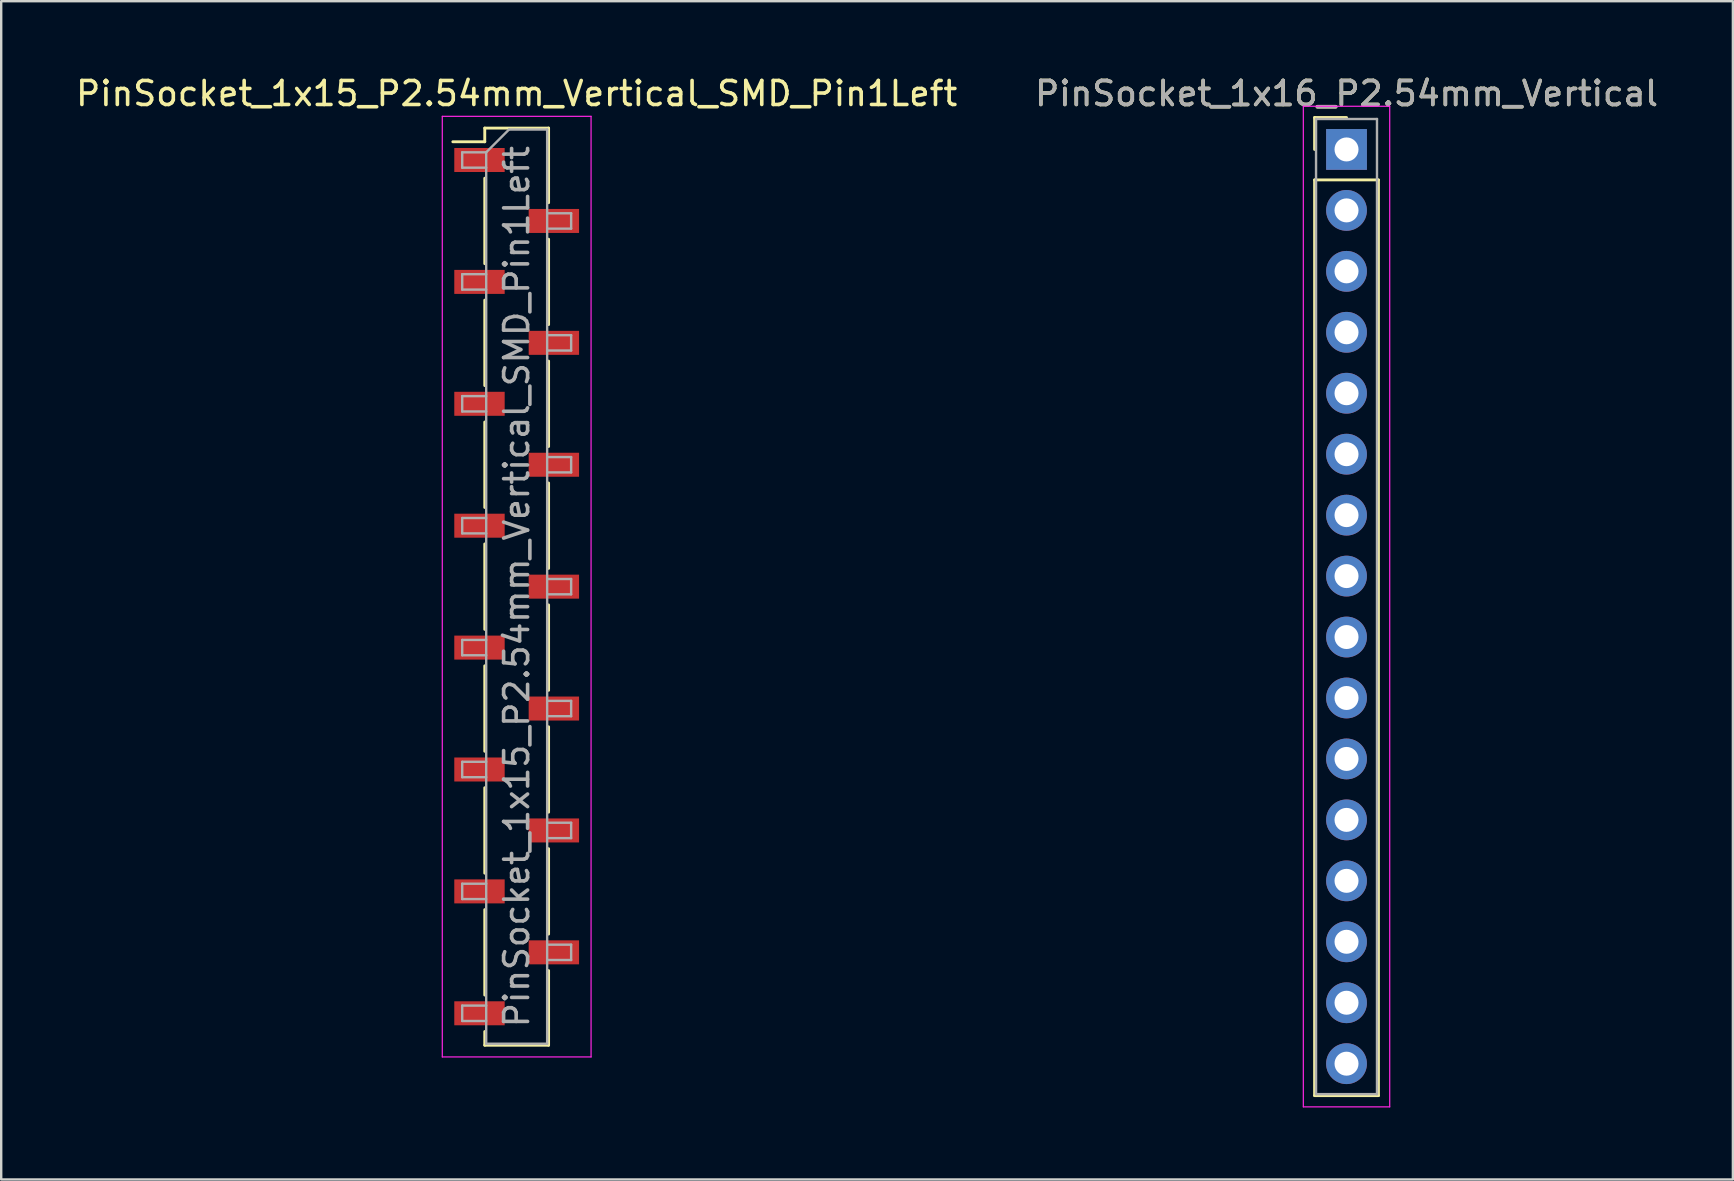
<source format=kicad_pcb>
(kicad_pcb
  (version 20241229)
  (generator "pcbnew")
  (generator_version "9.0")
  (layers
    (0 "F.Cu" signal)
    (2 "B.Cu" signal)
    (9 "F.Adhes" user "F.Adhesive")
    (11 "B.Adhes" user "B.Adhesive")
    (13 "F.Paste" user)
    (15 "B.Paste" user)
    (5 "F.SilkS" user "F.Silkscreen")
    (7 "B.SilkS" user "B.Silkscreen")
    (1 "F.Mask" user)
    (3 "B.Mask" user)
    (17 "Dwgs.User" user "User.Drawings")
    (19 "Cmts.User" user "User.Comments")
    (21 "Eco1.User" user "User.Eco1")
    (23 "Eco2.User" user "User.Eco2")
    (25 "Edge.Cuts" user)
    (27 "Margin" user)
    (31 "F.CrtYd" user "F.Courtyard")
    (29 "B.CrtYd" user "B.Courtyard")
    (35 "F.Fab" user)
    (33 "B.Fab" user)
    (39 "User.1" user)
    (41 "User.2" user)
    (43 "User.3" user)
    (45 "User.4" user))
  (footprint "PinSocket_1x15_P2.54mm_Vertical_SMD_Pin1Left"
    (layer "F.Cu")
    (at 18.482 21.398)
    (property "Reference" "PinSocket_1x15_P2.54mm_Vertical_SMD_Pin1Left" (at 0 -20.55 0) (layer "F.SilkS") (effects (font (size 1 1) (thickness 0.15))))
    (attr smd)
    (fp_line (start -2.66 -18.54) (end -1.33 -18.54) (stroke (width 0.12) (type solid)) (layer "F.SilkS"))
    (fp_line (start -1.33 -19.11) (end 1.33 -19.11) (stroke (width 0.12) (type solid)) (layer "F.SilkS"))
    (fp_line (start -1.33 -18.54) (end -1.33 -19.11) (stroke (width 0.12) (type solid)) (layer "F.SilkS"))
    (fp_line (start -1.33 -17.02) (end -1.33 -13.46) (stroke (width 0.12) (type solid)) (layer "F.SilkS"))
    (fp_line (start -1.33 -11.94) (end -1.33 -8.38) (stroke (width 0.12) (type solid)) (layer "F.SilkS"))
    (fp_line (start -1.33 -6.86) (end -1.33 -3.3) (stroke (width 0.12) (type solid)) (layer "F.SilkS"))
    (fp_line (start -1.33 -1.78) (end -1.33 1.78) (stroke (width 0.12) (type solid)) (layer "F.SilkS"))
    (fp_line (start -1.33 3.3) (end -1.33 6.86) (stroke (width 0.12) (type solid)) (layer "F.SilkS"))
    (fp_line (start -1.33 8.38) (end -1.33 11.94) (stroke (width 0.12) (type solid)) (layer "F.SilkS"))
    (fp_line (start -1.33 13.46) (end -1.33 17.02) (stroke (width 0.12) (type solid)) (layer "F.SilkS"))
    (fp_line (start -1.33 19.11) (end -1.33 18.54) (stroke (width 0.12) (type solid)) (layer "F.SilkS"))
    (fp_line (start 1.33 -19.11) (end 1.33 -16) (stroke (width 0.12) (type solid)) (layer "F.SilkS"))
    (fp_line (start 1.33 -14.48) (end 1.33 -10.92) (stroke (width 0.12) (type solid)) (layer "F.SilkS"))
    (fp_line (start 1.33 -9.4) (end 1.33 -5.84) (stroke (width 0.12) (type solid)) (layer "F.SilkS"))
    (fp_line (start 1.33 -4.32) (end 1.33 -0.76) (stroke (width 0.12) (type solid)) (layer "F.SilkS"))
    (fp_line (start 1.33 0.76) (end 1.33 4.32) (stroke (width 0.12) (type solid)) (layer "F.SilkS"))
    (fp_line (start 1.33 5.84) (end 1.33 9.4) (stroke (width 0.12) (type solid)) (layer "F.SilkS"))
    (fp_line (start 1.33 10.92) (end 1.33 14.48) (stroke (width 0.12) (type solid)) (layer "F.SilkS"))
    (fp_line (start 1.33 16) (end 1.33 19.11) (stroke (width 0.12) (type solid)) (layer "F.SilkS"))
    (fp_line (start 1.33 19.11) (end -1.33 19.11) (stroke (width 0.12) (type solid)) (layer "F.SilkS"))
    (fp_line (start -3.1 -19.6) (end 3.1 -19.6) (stroke (width 0.05) (type solid)) (layer "F.CrtYd"))
    (fp_line (start -3.1 19.6) (end -3.1 -19.6) (stroke (width 0.05) (type solid)) (layer "F.CrtYd"))
    (fp_line (start 3.1 -19.6) (end 3.1 19.6) (stroke (width 0.05) (type solid)) (layer "F.CrtYd"))
    (fp_line (start 3.1 19.6) (end -3.1 19.6) (stroke (width 0.05) (type solid)) (layer "F.CrtYd"))
    (fp_line (start -2.27 -18.1) (end -1.27 -18.1) (stroke (width 0.1) (type solid)) (layer "F.Fab"))
    (fp_line (start -2.27 -17.46) (end -2.27 -18.1) (stroke (width 0.1) (type solid)) (layer "F.Fab"))
    (fp_line (start -2.27 -13.02) (end -1.27 -13.02) (stroke (width 0.1) (type solid)) (layer "F.Fab"))
    (fp_line (start -2.27 -12.38) (end -2.27 -13.02) (stroke (width 0.1) (type solid)) (layer "F.Fab"))
    (fp_line (start -2.27 -7.94) (end -1.27 -7.94) (stroke (width 0.1) (type solid)) (layer "F.Fab"))
    (fp_line (start -2.27 -7.3) (end -2.27 -7.94) (stroke (width 0.1) (type solid)) (layer "F.Fab"))
    (fp_line (start -2.27 -2.86) (end -1.27 -2.86) (stroke (width 0.1) (type solid)) (layer "F.Fab"))
    (fp_line (start -2.27 -2.22) (end -2.27 -2.86) (stroke (width 0.1) (type solid)) (layer "F.Fab"))
    (fp_line (start -2.27 2.22) (end -1.27 2.22) (stroke (width 0.1) (type solid)) (layer "F.Fab"))
    (fp_line (start -2.27 2.86) (end -2.27 2.22) (stroke (width 0.1) (type solid)) (layer "F.Fab"))
    (fp_line (start -2.27 7.3) (end -1.27 7.3) (stroke (width 0.1) (type solid)) (layer "F.Fab"))
    (fp_line (start -2.27 7.94) (end -2.27 7.3) (stroke (width 0.1) (type solid)) (layer "F.Fab"))
    (fp_line (start -2.27 12.38) (end -1.27 12.38) (stroke (width 0.1) (type solid)) (layer "F.Fab"))
    (fp_line (start -2.27 13.02) (end -2.27 12.38) (stroke (width 0.1) (type solid)) (layer "F.Fab"))
    (fp_line (start -2.27 17.46) (end -1.27 17.46) (stroke (width 0.1) (type solid)) (layer "F.Fab"))
    (fp_line (start -2.27 18.1) (end -2.27 17.46) (stroke (width 0.1) (type solid)) (layer "F.Fab"))
    (fp_line (start -1.27 -18.1) (end -0.32 -19.05) (stroke (width 0.1) (type solid)) (layer "F.Fab"))
    (fp_line (start -1.27 -17.46) (end -2.27 -17.46) (stroke (width 0.1) (type solid)) (layer "F.Fab"))
    (fp_line (start -1.27 -12.38) (end -2.27 -12.38) (stroke (width 0.1) (type solid)) (layer "F.Fab"))
    (fp_line (start -1.27 -7.3) (end -2.27 -7.3) (stroke (width 0.1) (type solid)) (layer "F.Fab"))
    (fp_line (start -1.27 -2.22) (end -2.27 -2.22) (stroke (width 0.1) (type solid)) (layer "F.Fab"))
    (fp_line (start -1.27 2.86) (end -2.27 2.86) (stroke (width 0.1) (type solid)) (layer "F.Fab"))
    (fp_line (start -1.27 7.94) (end -2.27 7.94) (stroke (width 0.1) (type solid)) (layer "F.Fab"))
    (fp_line (start -1.27 13.02) (end -2.27 13.02) (stroke (width 0.1) (type solid)) (layer "F.Fab"))
    (fp_line (start -1.27 18.1) (end -2.27 18.1) (stroke (width 0.1) (type solid)) (layer "F.Fab"))
    (fp_line (start -1.27 19.05) (end -1.27 -18.1) (stroke (width 0.1) (type solid)) (layer "F.Fab"))
    (fp_line (start -0.32 -19.05) (end 1.27 -19.05) (stroke (width 0.1) (type solid)) (layer "F.Fab"))
    (fp_line (start 1.27 -19.05) (end 1.27 19.05) (stroke (width 0.1) (type solid)) (layer "F.Fab"))
    (fp_line (start 1.27 -15.56) (end 2.27 -15.56) (stroke (width 0.1) (type solid)) (layer "F.Fab"))
    (fp_line (start 1.27 -10.48) (end 2.27 -10.48) (stroke (width 0.1) (type solid)) (layer "F.Fab"))
    (fp_line (start 1.27 -5.4) (end 2.27 -5.4) (stroke (width 0.1) (type solid)) (layer "F.Fab"))
    (fp_line (start 1.27 -0.32) (end 2.27 -0.32) (stroke (width 0.1) (type solid)) (layer "F.Fab"))
    (fp_line (start 1.27 4.76) (end 2.27 4.76) (stroke (width 0.1) (type solid)) (layer "F.Fab"))
    (fp_line (start 1.27 9.84) (end 2.27 9.84) (stroke (width 0.1) (type solid)) (layer "F.Fab"))
    (fp_line (start 1.27 14.92) (end 2.27 14.92) (stroke (width 0.1) (type solid)) (layer "F.Fab"))
    (fp_line (start 1.27 19.05) (end -1.27 19.05) (stroke (width 0.1) (type solid)) (layer "F.Fab"))
    (fp_line (start 2.27 -15.56) (end 2.27 -14.92) (stroke (width 0.1) (type solid)) (layer "F.Fab"))
    (fp_line (start 2.27 -14.92) (end 1.27 -14.92) (stroke (width 0.1) (type solid)) (layer "F.Fab"))
    (fp_line (start 2.27 -10.48) (end 2.27 -9.84) (stroke (width 0.1) (type solid)) (layer "F.Fab"))
    (fp_line (start 2.27 -9.84) (end 1.27 -9.84) (stroke (width 0.1) (type solid)) (layer "F.Fab"))
    (fp_line (start 2.27 -5.4) (end 2.27 -4.76) (stroke (width 0.1) (type solid)) (layer "F.Fab"))
    (fp_line (start 2.27 -4.76) (end 1.27 -4.76) (stroke (width 0.1) (type solid)) (layer "F.Fab"))
    (fp_line (start 2.27 -0.32) (end 2.27 0.32) (stroke (width 0.1) (type solid)) (layer "F.Fab"))
    (fp_line (start 2.27 0.32) (end 1.27 0.32) (stroke (width 0.1) (type solid)) (layer "F.Fab"))
    (fp_line (start 2.27 4.76) (end 2.27 5.4) (stroke (width 0.1) (type solid)) (layer "F.Fab"))
    (fp_line (start 2.27 5.4) (end 1.27 5.4) (stroke (width 0.1) (type solid)) (layer "F.Fab"))
    (fp_line (start 2.27 9.84) (end 2.27 10.48) (stroke (width 0.1) (type solid)) (layer "F.Fab"))
    (fp_line (start 2.27 10.48) (end 1.27 10.48) (stroke (width 0.1) (type solid)) (layer "F.Fab"))
    (fp_line (start 2.27 14.92) (end 2.27 15.56) (stroke (width 0.1) (type solid)) (layer "F.Fab"))
    (fp_line (start 2.27 15.56) (end 1.27 15.56) (stroke (width 0.1) (type solid)) (layer "F.Fab"))
    (fp_text user "${REFERENCE}" (at 0 0 90) (layer "F.Fab") (effects (font (size 1 1) (thickness 0.15))))
    (pad "1" smd rect (at -1.55 -17.78) (size 2.1 1) (layers "F.Cu" "F.Mask" "F.Paste"))
    (pad "2" smd rect (at 1.55 -15.24) (size 2.1 1) (layers "F.Cu" "F.Mask" "F.Paste"))
    (pad "3" smd rect (at -1.55 -12.7) (size 2.1 1) (layers "F.Cu" "F.Mask" "F.Paste"))
    (pad "4" smd rect (at 1.55 -10.16) (size 2.1 1) (layers "F.Cu" "F.Mask" "F.Paste"))
    (pad "5" smd rect (at -1.55 -7.62) (size 2.1 1) (layers "F.Cu" "F.Mask" "F.Paste"))
    (pad "6" smd rect (at 1.55 -5.08) (size 2.1 1) (layers "F.Cu" "F.Mask" "F.Paste"))
    (pad "7" smd rect (at -1.55 -2.54) (size 2.1 1) (layers "F.Cu" "F.Mask" "F.Paste"))
    (pad "8" smd rect (at 1.55 0) (size 2.1 1) (layers "F.Cu" "F.Mask" "F.Paste"))
    (pad "9" smd rect (at -1.55 2.54) (size 2.1 1) (layers "F.Cu" "F.Mask" "F.Paste"))
    (pad "10" smd rect (at 1.55 5.08) (size 2.1 1) (layers "F.Cu" "F.Mask" "F.Paste"))
    (pad "11" smd rect (at -1.55 7.62) (size 2.1 1) (layers "F.Cu" "F.Mask" "F.Paste"))
    (pad "12" smd rect (at 1.55 10.16) (size 2.1 1) (layers "F.Cu" "F.Mask" "F.Paste"))
    (pad "13" smd rect (at -1.55 12.7) (size 2.1 1) (layers "F.Cu" "F.Mask" "F.Paste"))
    (pad "14" smd rect (at 1.55 15.24) (size 2.1 1) (layers "F.Cu" "F.Mask" "F.Paste"))
    (pad "15" smd rect (at -1.55 17.78) (size 2.1 1) (layers "F.Cu" "F.Mask" "F.Paste")))
  (footprint "PinSocket_1x16_P2.54mm_Vertical"
    (layer "F.Cu")
    (at 53.065 3.178)
    (property "Reference" "PinSocket_1x16_P2.54mm_Vertical" (at 0 -2.33 0) (layer "F.SilkS") (effects (font (size 1 1) (thickness 0.15))))
    (attr through_hole)
    (fp_line (start -1.33 -1.33) (end 0 -1.33) (stroke (width 0.12) (type solid)) (layer "F.SilkS"))
    (fp_line (start -1.33 0) (end -1.33 -1.33) (stroke (width 0.12) (type solid)) (layer "F.SilkS"))
    (fp_line (start -1.33 1.27) (end -1.33 39.43) (stroke (width 0.12) (type solid)) (layer "F.SilkS"))
    (fp_line (start -1.33 39.43) (end 1.33 39.43) (stroke (width 0.12) (type solid)) (layer "F.SilkS"))
    (fp_line (start 1.33 1.27) (end -1.33 1.27) (stroke (width 0.12) (type solid)) (layer "F.SilkS"))
    (fp_line (start 1.33 39.43) (end 1.33 1.27) (stroke (width 0.12) (type solid)) (layer "F.SilkS"))
    (fp_line (start -1.8 -1.8) (end -1.8 39.9) (stroke (width 0.05) (type solid)) (layer "F.CrtYd"))
    (fp_line (start -1.8 39.9) (end 1.8 39.9) (stroke (width 0.05) (type solid)) (layer "F.CrtYd"))
    (fp_line (start 1.8 -1.8) (end -1.8 -1.8) (stroke (width 0.05) (type solid)) (layer "F.CrtYd"))
    (fp_line (start 1.8 39.9) (end 1.8 -1.8) (stroke (width 0.05) (type solid)) (layer "F.CrtYd"))
    (fp_line (start -1.27 -1.27) (end -1.27 39.37) (stroke (width 0.1) (type solid)) (layer "F.Fab"))
    (fp_line (start -1.27 39.37) (end 1.27 39.37) (stroke (width 0.1) (type solid)) (layer "F.Fab"))
    (fp_line (start 1.27 -1.27) (end -1.27 -1.27) (stroke (width 0.1) (type solid)) (layer "F.Fab"))
    (fp_line (start 1.27 39.37) (end 1.27 -1.27) (stroke (width 0.1) (type solid)) (layer "F.Fab"))
    (fp_text user "${REFERENCE}" (at 0 -2.33 0) (layer "F.Fab") (effects (font (size 1 1) (thickness 0.15))))
    (pad "1" thru_hole rect (at 0 0) (size 1.7 1.7) (drill 1) (layers "*.Cu" "*.Mask"))
    (pad "2" thru_hole oval (at 0 2.54) (size 1.7 1.7) (drill 1) (layers "*.Cu" "*.Mask"))
    (pad "3" thru_hole oval (at 0 5.08) (size 1.7 1.7) (drill 1) (layers "*.Cu" "*.Mask"))
    (pad "4" thru_hole oval (at 0 7.62) (size 1.7 1.7) (drill 1) (layers "*.Cu" "*.Mask"))
    (pad "5" thru_hole oval (at 0 10.16) (size 1.7 1.7) (drill 1) (layers "*.Cu" "*.Mask"))
    (pad "6" thru_hole oval (at 0 12.7) (size 1.7 1.7) (drill 1) (layers "*.Cu" "*.Mask"))
    (pad "7" thru_hole oval (at 0 15.24) (size 1.7 1.7) (drill 1) (layers "*.Cu" "*.Mask"))
    (pad "8" thru_hole oval (at 0 17.78) (size 1.7 1.7) (drill 1) (layers "*.Cu" "*.Mask"))
    (pad "9" thru_hole oval (at 0 20.32) (size 1.7 1.7) (drill 1) (layers "*.Cu" "*.Mask"))
    (pad "10" thru_hole oval (at 0 22.86) (size 1.7 1.7) (drill 1) (layers "*.Cu" "*.Mask"))
    (pad "11" thru_hole oval (at 0 25.4) (size 1.7 1.7) (drill 1) (layers "*.Cu" "*.Mask"))
    (pad "12" thru_hole oval (at 0 27.94) (size 1.7 1.7) (drill 1) (layers "*.Cu" "*.Mask"))
    (pad "13" thru_hole oval (at 0 30.48) (size 1.7 1.7) (drill 1) (layers "*.Cu" "*.Mask"))
    (pad "14" thru_hole oval (at 0 33.02) (size 1.7 1.7) (drill 1) (layers "*.Cu" "*.Mask"))
    (pad "15" thru_hole oval (at 0 35.56) (size 1.7 1.7) (drill 1) (layers "*.Cu" "*.Mask"))
    (pad "16" thru_hole oval (at 0 38.1) (size 1.7 1.7) (drill 1) (layers "*.Cu" "*.Mask")))
  (gr_rect
    (start -3 -3)
    (end 69.167 46.103)
    (stroke (width 0.1) (type default))
    (fill no)
    (layer "Edge.Cuts")))
</source>
